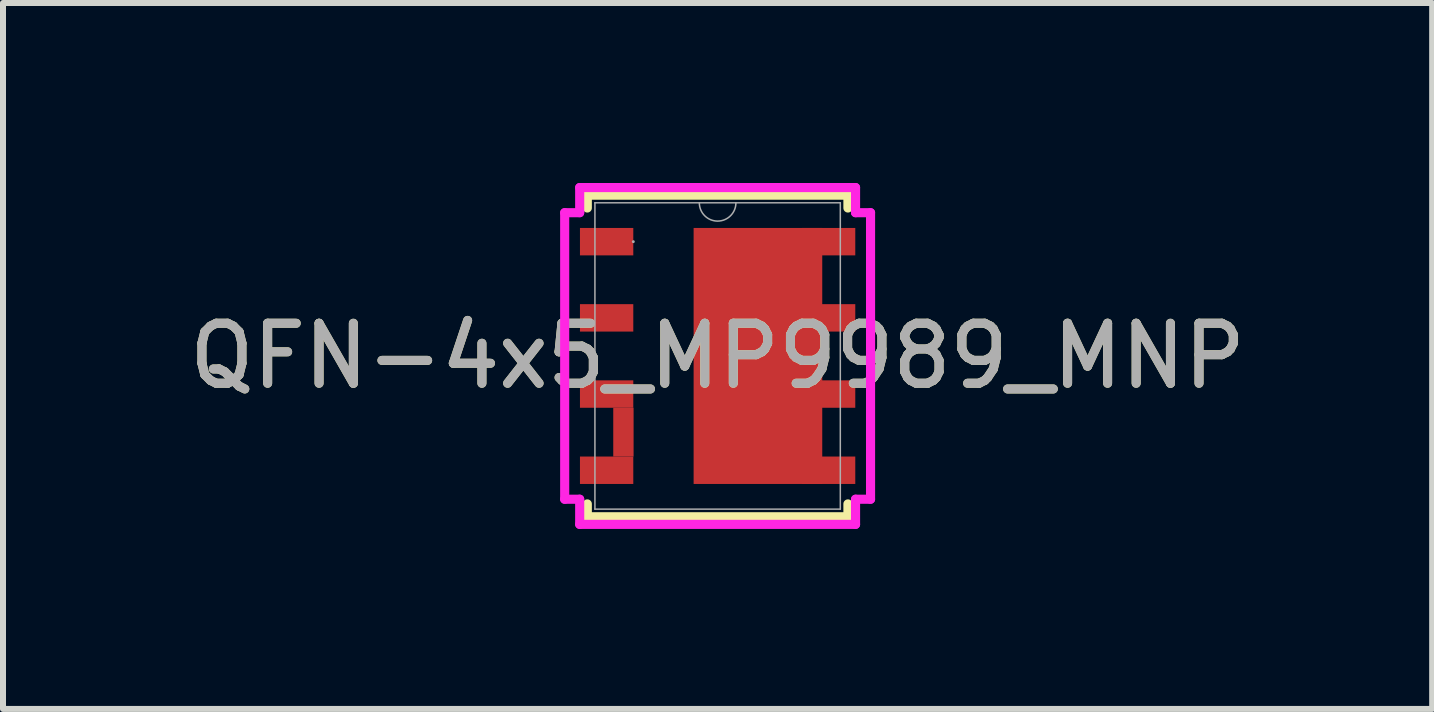
<source format=kicad_pcb>
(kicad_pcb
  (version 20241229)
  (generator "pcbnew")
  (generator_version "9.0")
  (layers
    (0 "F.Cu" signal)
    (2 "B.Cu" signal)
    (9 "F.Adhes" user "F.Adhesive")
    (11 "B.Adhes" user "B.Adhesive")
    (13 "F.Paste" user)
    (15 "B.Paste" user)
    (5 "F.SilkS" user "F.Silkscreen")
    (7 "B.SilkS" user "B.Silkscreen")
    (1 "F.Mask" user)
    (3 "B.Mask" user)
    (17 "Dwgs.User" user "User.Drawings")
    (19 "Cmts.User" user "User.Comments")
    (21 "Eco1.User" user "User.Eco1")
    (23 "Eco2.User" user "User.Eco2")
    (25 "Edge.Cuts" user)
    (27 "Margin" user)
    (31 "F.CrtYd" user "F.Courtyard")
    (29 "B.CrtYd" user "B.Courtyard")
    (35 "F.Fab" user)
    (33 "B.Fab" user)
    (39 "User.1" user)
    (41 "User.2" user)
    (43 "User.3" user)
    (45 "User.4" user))
  (footprint "QFN-4x5_MP9989_MNP"
    (layer "F.Cu")
    (at 8.911 2.883)
    (property "Reference" "QFN-4x5_MP9989_MNP" (at 0 0 0) (unlocked yes) (layer "F.SilkS") (effects (font (size 1 1) (thickness 0.15))))
    (attr smd)
    (fp_line (start -2.172 -2.68) (end -2.172 -2.466) (stroke (width 0.152) (type solid)) (layer "F.SilkS"))
    (fp_line (start -2.172 2.466) (end -2.172 2.68) (stroke (width 0.152) (type solid)) (layer "F.SilkS"))
    (fp_line (start -2.172 2.68) (end 2.172 2.68) (stroke (width 0.152) (type solid)) (layer "F.SilkS"))
    (fp_line (start 2.172 -2.68) (end -2.172 -2.68) (stroke (width 0.152) (type solid)) (layer "F.SilkS"))
    (fp_line (start 2.172 -2.466) (end 2.172 -2.68) (stroke (width 0.152) (type solid)) (layer "F.SilkS"))
    (fp_line (start 2.172 2.68) (end 2.172 2.466) (stroke (width 0.152) (type solid)) (layer "F.SilkS"))
    (fp_line (start -2.549 -2.388) (end -2.299 -2.388) (stroke (width 0.152) (type solid)) (layer "F.CrtYd"))
    (fp_line (start -2.549 2.388) (end -2.549 -2.388) (stroke (width 0.152) (type solid)) (layer "F.CrtYd"))
    (fp_line (start -2.549 2.388) (end -2.299 2.388) (stroke (width 0.152) (type solid)) (layer "F.CrtYd"))
    (fp_line (start -2.299 -2.807) (end 2.299 -2.807) (stroke (width 0.152) (type solid)) (layer "F.CrtYd"))
    (fp_line (start -2.299 -2.388) (end -2.299 -2.807) (stroke (width 0.152) (type solid)) (layer "F.CrtYd"))
    (fp_line (start -2.299 2.807) (end -2.299 2.388) (stroke (width 0.152) (type solid)) (layer "F.CrtYd"))
    (fp_line (start 2.299 -2.807) (end 2.299 -2.388) (stroke (width 0.152) (type solid)) (layer "F.CrtYd"))
    (fp_line (start 2.299 2.388) (end 2.299 2.807) (stroke (width 0.152) (type solid)) (layer "F.CrtYd"))
    (fp_line (start 2.299 2.807) (end -2.299 2.807) (stroke (width 0.152) (type solid)) (layer "F.CrtYd"))
    (fp_line (start 2.549 -2.388) (end 2.299 -2.388) (stroke (width 0.152) (type solid)) (layer "F.CrtYd"))
    (fp_line (start 2.549 -2.388) (end 2.549 2.388) (stroke (width 0.152) (type solid)) (layer "F.CrtYd"))
    (fp_line (start 2.549 2.388) (end 2.299 2.388) (stroke (width 0.152) (type solid)) (layer "F.CrtYd"))
    (fp_line (start -2.045 -2.553) (end -2.045 2.553) (stroke (width 0.025) (type solid)) (layer "F.Fab"))
    (fp_line (start -2.045 2.553) (end 2.045 2.553) (stroke (width 0.025) (type solid)) (layer "F.Fab"))
    (fp_line (start 2.045 -2.553) (end -2.045 -2.553) (stroke (width 0.025) (type solid)) (layer "F.Fab"))
    (fp_line (start 2.045 2.553) (end 2.045 -2.553) (stroke (width 0.025) (type solid)) (layer "F.Fab"))
    (fp_arc (start 0.3048 -2.5527) (mid 0 -2.2479) (end -0.3048 -2.5527) (stroke (width 0.0254) (type solid)) (layer "F.Fab"))
    (fp_circle (center -1.405 -1.905) (end -1.405 -1.905) (stroke (width 0.025) (type solid)) (fill no) (layer "F.Fab"))
    (fp_text user "${REFERENCE}" (at 0 0 0) (unlocked yes) (layer "F.Fab") (effects (font (size 1 1) (thickness 0.15))))
    (pad "1" smd rect (at -1.85 -1.905) (size 0.889 0.457) (layers "F.Cu" "F.Mask" "F.Paste"))
    (pad "2" smd rect (at -1.85 -0.635) (size 0.889 0.457) (layers "F.Cu" "F.Mask" "F.Paste"))
    (pad "3" smd rect (at -1.85 0.635) (size 0.889 0.457) (layers "F.Cu" "F.Mask" "F.Paste"))
    (pad "3" smd rect (at -1.57 1.27) (size 0.339 0.813) (layers "F.Cu" "F.Mask" "F.Paste"))
    (pad "4" smd rect (at -1.85 1.905) (size 0.889 0.457) (layers "F.Cu" "F.Mask" "F.Paste"))
    (pad "5" smd rect (at 1.85 1.905) (size 0.889 0.457) (layers "F.Cu" "F.Mask" "F.Paste"))
    (pad "6" smd rect (at 1.85 0.635) (size 0.889 0.457) (layers "F.Cu" "F.Mask" "F.Paste"))
    (pad "7" smd rect (at 1.85 -0.635) (size 0.889 0.457) (layers "F.Cu" "F.Mask" "F.Paste"))
    (pad "8" smd rect (at 0.672 0) (size 2.144 4.267) (layers "F.Cu" "F.Mask" "F.Paste"))
    (pad "8" smd rect (at 1.85 -1.905) (size 0.889 0.457) (layers "F.Cu" "F.Mask" "F.Paste")))
  (gr_rect
    (start -3 -3)
    (end 20.821 8.766)
    (stroke (width 0.1) (type default))
    (fill no)
    (layer "Edge.Cuts")))
</source>
